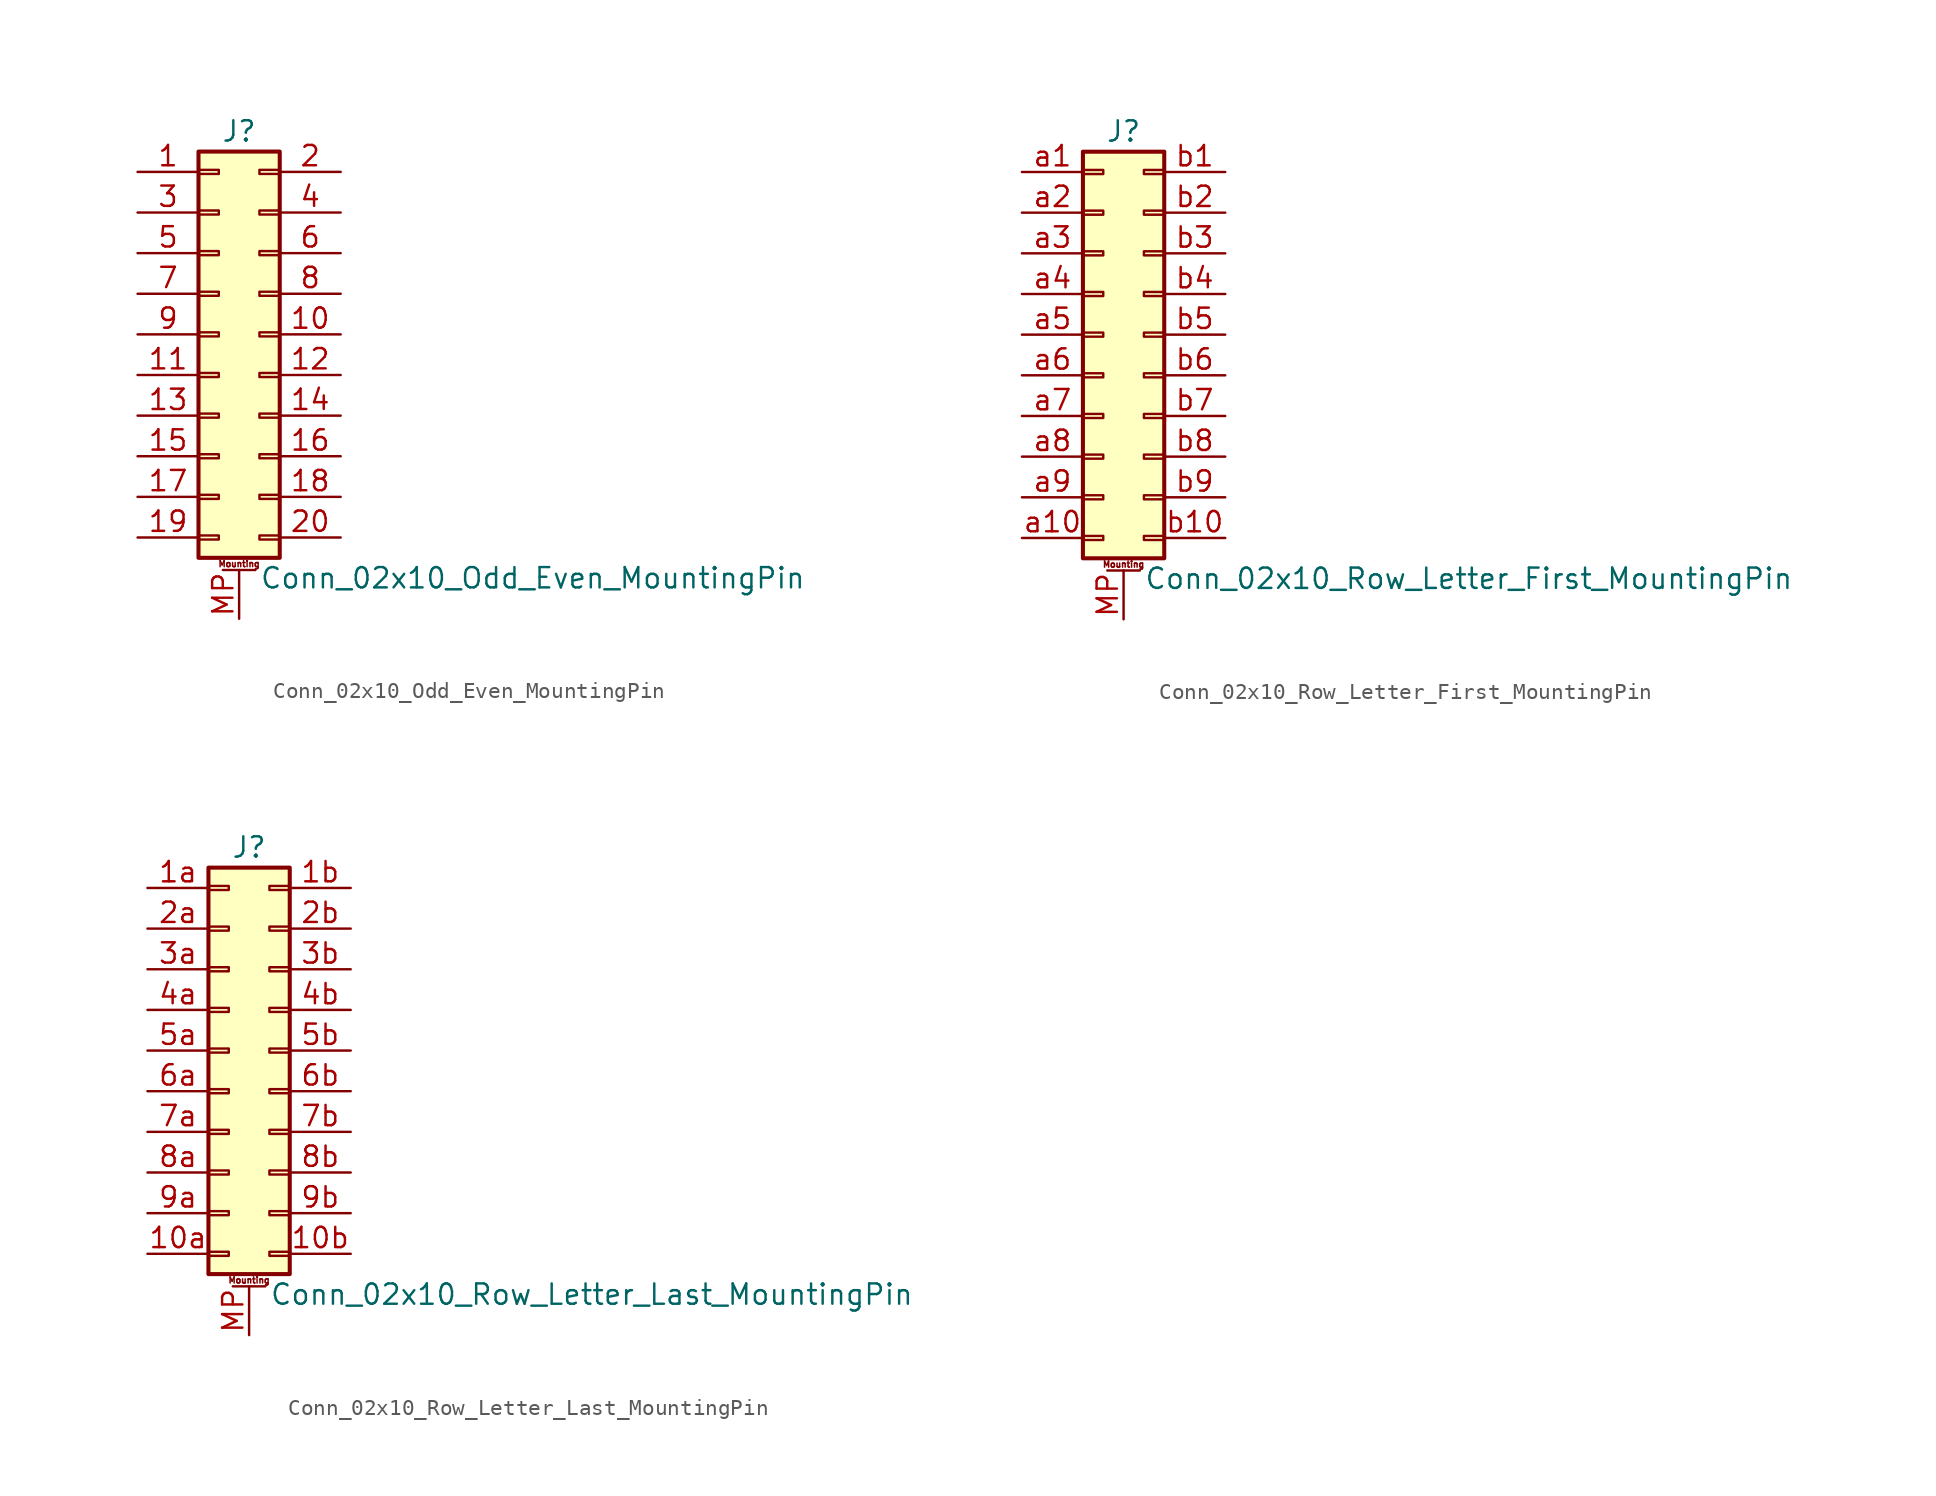
<source format=kicad_sym>
(kicad_symbol_lib
  (version 20201005)
  (generator kicad_symbol_editor)
  (symbol "Conn_02x10_Odd_Even_MountingPin"
    (pin_names
      (offset 1.016) hide)
    (property "Reference" "J"
      (at 1.27 12.7 0)
      (effects (font (size 1.27 1.27))))
    (property "Value" "Conn_02x10_Odd_Even_MountingPin"
      (at 2.54 -15.24 0)
      (effects (font (size 1.27 1.27)) (justify left)))
    (symbol "Conn_02x10_Odd_Even_MountingPin_1_1"
      (text "Mounting" (at 1.27 -14.351 0) (effects (font (size 0.381 0.381))))
      (rectangle (start -1.27 -12.573) (end 0 -12.827) (stroke (width 0.152)) (fill (type none)))
      (rectangle (start -1.27 -10.033) (end 0 -10.287) (stroke (width 0.152)) (fill (type none)))
      (rectangle (start -1.27 -7.493) (end 0 -7.747) (stroke (width 0.152)) (fill (type none)))
      (rectangle (start -1.27 -4.953) (end 0 -5.207) (stroke (width 0.152)) (fill (type none)))
      (rectangle (start -1.27 -2.413) (end 0 -2.667) (stroke (width 0.152)) (fill (type none)))
      (rectangle (start -1.27 0.127) (end 0 -0.127) (stroke (width 0.152)) (fill (type none)))
      (rectangle (start -1.27 2.667) (end 0 2.413) (stroke (width 0.152)) (fill (type none)))
      (rectangle (start -1.27 5.207) (end 0 4.953) (stroke (width 0.152)) (fill (type none)))
      (rectangle (start -1.27 7.747) (end 0 7.493) (stroke (width 0.152)) (fill (type none)))
      (rectangle (start -1.27 10.287) (end 0 10.033) (stroke (width 0.152)) (fill (type none)))
      (rectangle (start 3.81 -12.573) (end 2.54 -12.827) (stroke (width 0.152)) (fill (type none)))
      (rectangle (start 3.81 -10.033) (end 2.54 -10.287) (stroke (width 0.152)) (fill (type none)))
      (rectangle (start 3.81 -7.493) (end 2.54 -7.747) (stroke (width 0.152)) (fill (type none)))
      (rectangle (start 3.81 -4.953) (end 2.54 -5.207) (stroke (width 0.152)) (fill (type none)))
      (rectangle (start 3.81 -2.413) (end 2.54 -2.667) (stroke (width 0.152)) (fill (type none)))
      (rectangle (start 3.81 0.127) (end 2.54 -0.127) (stroke (width 0.152)) (fill (type none)))
      (rectangle (start 3.81 2.667) (end 2.54 2.413) (stroke (width 0.152)) (fill (type none)))
      (rectangle (start 3.81 5.207) (end 2.54 4.953) (stroke (width 0.152)) (fill (type none)))
      (rectangle (start 3.81 7.747) (end 2.54 7.493) (stroke (width 0.152)) (fill (type none)))
      (rectangle (start 3.81 10.287) (end 2.54 10.033) (stroke (width 0.152)) (fill (type none)))
      (rectangle (start -1.27 11.43) (end 3.81 -13.97) (stroke (width 0.254)) (fill (type background)))
      (polyline (pts (xy 0.254 -14.732) (xy 2.286 -14.732)) (stroke (width 0.152)) (fill (type none)))
      (pin passive line (at -5.08 10.16 0) (length 3.81) (name "Pin_1" (effects (font (size 1.27 1.27)))) (number "1" (effects (font (size 1.27 1.27)))))
      (pin passive line (at 7.62 0 180) (length 3.81) (name "Pin_10" (effects (font (size 1.27 1.27)))) (number "10" (effects (font (size 1.27 1.27)))))
      (pin passive line (at -5.08 -2.54 0) (length 3.81) (name "Pin_11" (effects (font (size 1.27 1.27)))) (number "11" (effects (font (size 1.27 1.27)))))
      (pin passive line (at 7.62 -2.54 180) (length 3.81) (name "Pin_12" (effects (font (size 1.27 1.27)))) (number "12" (effects (font (size 1.27 1.27)))))
      (pin passive line (at -5.08 -5.08 0) (length 3.81) (name "Pin_13" (effects (font (size 1.27 1.27)))) (number "13" (effects (font (size 1.27 1.27)))))
      (pin passive line (at 7.62 -5.08 180) (length 3.81) (name "Pin_14" (effects (font (size 1.27 1.27)))) (number "14" (effects (font (size 1.27 1.27)))))
      (pin passive line (at -5.08 -7.62 0) (length 3.81) (name "Pin_15" (effects (font (size 1.27 1.27)))) (number "15" (effects (font (size 1.27 1.27)))))
      (pin passive line (at 7.62 -7.62 180) (length 3.81) (name "Pin_16" (effects (font (size 1.27 1.27)))) (number "16" (effects (font (size 1.27 1.27)))))
      (pin passive line (at -5.08 -10.16 0) (length 3.81) (name "Pin_17" (effects (font (size 1.27 1.27)))) (number "17" (effects (font (size 1.27 1.27)))))
      (pin passive line (at 7.62 -10.16 180) (length 3.81) (name "Pin_18" (effects (font (size 1.27 1.27)))) (number "18" (effects (font (size 1.27 1.27)))))
      (pin passive line (at -5.08 -12.7 0) (length 3.81) (name "Pin_19" (effects (font (size 1.27 1.27)))) (number "19" (effects (font (size 1.27 1.27)))))
      (pin passive line (at 7.62 10.16 180) (length 3.81) (name "Pin_2" (effects (font (size 1.27 1.27)))) (number "2" (effects (font (size 1.27 1.27)))))
      (pin passive line (at 7.62 -12.7 180) (length 3.81) (name "Pin_20" (effects (font (size 1.27 1.27)))) (number "20" (effects (font (size 1.27 1.27)))))
      (pin passive line (at -5.08 7.62 0) (length 3.81) (name "Pin_3" (effects (font (size 1.27 1.27)))) (number "3" (effects (font (size 1.27 1.27)))))
      (pin passive line (at 7.62 7.62 180) (length 3.81) (name "Pin_4" (effects (font (size 1.27 1.27)))) (number "4" (effects (font (size 1.27 1.27)))))
      (pin passive line (at -5.08 5.08 0) (length 3.81) (name "Pin_5" (effects (font (size 1.27 1.27)))) (number "5" (effects (font (size 1.27 1.27)))))
      (pin passive line (at 7.62 5.08 180) (length 3.81) (name "Pin_6" (effects (font (size 1.27 1.27)))) (number "6" (effects (font (size 1.27 1.27)))))
      (pin passive line (at -5.08 2.54 0) (length 3.81) (name "Pin_7" (effects (font (size 1.27 1.27)))) (number "7" (effects (font (size 1.27 1.27)))))
      (pin passive line (at 7.62 2.54 180) (length 3.81) (name "Pin_8" (effects (font (size 1.27 1.27)))) (number "8" (effects (font (size 1.27 1.27)))))
      (pin passive line (at -5.08 0 0) (length 3.81) (name "Pin_9" (effects (font (size 1.27 1.27)))) (number "9" (effects (font (size 1.27 1.27)))))
      (pin passive line (at 1.27 -17.78 90) (length 3.048) (name "MountPin" (effects (font (size 1.27 1.27)))) (number "MP" (effects (font (size 1.27 1.27)))))))
  (symbol "Conn_02x10_Row_Letter_First_MountingPin"
    (pin_names
      (offset 1.016) hide)
    (property "Reference" "J"
      (at 1.27 12.7 0)
      (effects (font (size 1.27 1.27))))
    (property "Value" "Conn_02x10_Row_Letter_First_MountingPin"
      (at 2.54 -15.24 0)
      (effects (font (size 1.27 1.27)) (justify left)))
    (symbol "Conn_02x10_Row_Letter_First_MountingPin_1_1"
      (text "Mounting" (at 1.27 -14.351 0) (effects (font (size 0.381 0.381))))
      (rectangle (start -1.27 -12.573) (end 0 -12.827) (stroke (width 0.152)) (fill (type none)))
      (rectangle (start -1.27 -10.033) (end 0 -10.287) (stroke (width 0.152)) (fill (type none)))
      (rectangle (start -1.27 -7.493) (end 0 -7.747) (stroke (width 0.152)) (fill (type none)))
      (rectangle (start -1.27 -4.953) (end 0 -5.207) (stroke (width 0.152)) (fill (type none)))
      (rectangle (start -1.27 -2.413) (end 0 -2.667) (stroke (width 0.152)) (fill (type none)))
      (rectangle (start -1.27 0.127) (end 0 -0.127) (stroke (width 0.152)) (fill (type none)))
      (rectangle (start -1.27 2.667) (end 0 2.413) (stroke (width 0.152)) (fill (type none)))
      (rectangle (start -1.27 5.207) (end 0 4.953) (stroke (width 0.152)) (fill (type none)))
      (rectangle (start -1.27 7.747) (end 0 7.493) (stroke (width 0.152)) (fill (type none)))
      (rectangle (start -1.27 10.287) (end 0 10.033) (stroke (width 0.152)) (fill (type none)))
      (rectangle (start 3.81 -12.573) (end 2.54 -12.827) (stroke (width 0.152)) (fill (type none)))
      (rectangle (start 3.81 -10.033) (end 2.54 -10.287) (stroke (width 0.152)) (fill (type none)))
      (rectangle (start 3.81 -7.493) (end 2.54 -7.747) (stroke (width 0.152)) (fill (type none)))
      (rectangle (start 3.81 -4.953) (end 2.54 -5.207) (stroke (width 0.152)) (fill (type none)))
      (rectangle (start 3.81 -2.413) (end 2.54 -2.667) (stroke (width 0.152)) (fill (type none)))
      (rectangle (start 3.81 0.127) (end 2.54 -0.127) (stroke (width 0.152)) (fill (type none)))
      (rectangle (start 3.81 2.667) (end 2.54 2.413) (stroke (width 0.152)) (fill (type none)))
      (rectangle (start 3.81 5.207) (end 2.54 4.953) (stroke (width 0.152)) (fill (type none)))
      (rectangle (start 3.81 7.747) (end 2.54 7.493) (stroke (width 0.152)) (fill (type none)))
      (rectangle (start 3.81 10.287) (end 2.54 10.033) (stroke (width 0.152)) (fill (type none)))
      (rectangle (start -1.27 11.43) (end 3.81 -13.97) (stroke (width 0.254)) (fill (type background)))
      (polyline (pts (xy 0.254 -14.732) (xy 2.286 -14.732)) (stroke (width 0.152)) (fill (type none)))
      (pin passive line (at 1.27 -17.78 90) (length 3.048) (name "MountPin" (effects (font (size 1.27 1.27)))) (number "MP" (effects (font (size 1.27 1.27)))))
      (pin passive line (at -5.08 10.16 0) (length 3.81) (name "Pin_a1" (effects (font (size 1.27 1.27)))) (number "a1" (effects (font (size 1.27 1.27)))))
      (pin passive line (at -5.08 -12.7 0) (length 3.81) (name "Pin_a10" (effects (font (size 1.27 1.27)))) (number "a10" (effects (font (size 1.27 1.27)))))
      (pin passive line (at -5.08 7.62 0) (length 3.81) (name "Pin_a2" (effects (font (size 1.27 1.27)))) (number "a2" (effects (font (size 1.27 1.27)))))
      (pin passive line (at -5.08 5.08 0) (length 3.81) (name "Pin_a3" (effects (font (size 1.27 1.27)))) (number "a3" (effects (font (size 1.27 1.27)))))
      (pin passive line (at -5.08 2.54 0) (length 3.81) (name "Pin_a4" (effects (font (size 1.27 1.27)))) (number "a4" (effects (font (size 1.27 1.27)))))
      (pin passive line (at -5.08 0 0) (length 3.81) (name "Pin_a5" (effects (font (size 1.27 1.27)))) (number "a5" (effects (font (size 1.27 1.27)))))
      (pin passive line (at -5.08 -2.54 0) (length 3.81) (name "Pin_a6" (effects (font (size 1.27 1.27)))) (number "a6" (effects (font (size 1.27 1.27)))))
      (pin passive line (at -5.08 -5.08 0) (length 3.81) (name "Pin_a7" (effects (font (size 1.27 1.27)))) (number "a7" (effects (font (size 1.27 1.27)))))
      (pin passive line (at -5.08 -7.62 0) (length 3.81) (name "Pin_a8" (effects (font (size 1.27 1.27)))) (number "a8" (effects (font (size 1.27 1.27)))))
      (pin passive line (at -5.08 -10.16 0) (length 3.81) (name "Pin_a9" (effects (font (size 1.27 1.27)))) (number "a9" (effects (font (size 1.27 1.27)))))
      (pin passive line (at 7.62 10.16 180) (length 3.81) (name "Pin_b1" (effects (font (size 1.27 1.27)))) (number "b1" (effects (font (size 1.27 1.27)))))
      (pin passive line (at 7.62 -12.7 180) (length 3.81) (name "Pin_b10" (effects (font (size 1.27 1.27)))) (number "b10" (effects (font (size 1.27 1.27)))))
      (pin passive line (at 7.62 7.62 180) (length 3.81) (name "Pin_b2" (effects (font (size 1.27 1.27)))) (number "b2" (effects (font (size 1.27 1.27)))))
      (pin passive line (at 7.62 5.08 180) (length 3.81) (name "Pin_b3" (effects (font (size 1.27 1.27)))) (number "b3" (effects (font (size 1.27 1.27)))))
      (pin passive line (at 7.62 2.54 180) (length 3.81) (name "Pin_b4" (effects (font (size 1.27 1.27)))) (number "b4" (effects (font (size 1.27 1.27)))))
      (pin passive line (at 7.62 0 180) (length 3.81) (name "Pin_b5" (effects (font (size 1.27 1.27)))) (number "b5" (effects (font (size 1.27 1.27)))))
      (pin passive line (at 7.62 -2.54 180) (length 3.81) (name "Pin_b6" (effects (font (size 1.27 1.27)))) (number "b6" (effects (font (size 1.27 1.27)))))
      (pin passive line (at 7.62 -5.08 180) (length 3.81) (name "Pin_b7" (effects (font (size 1.27 1.27)))) (number "b7" (effects (font (size 1.27 1.27)))))
      (pin passive line (at 7.62 -7.62 180) (length 3.81) (name "Pin_b8" (effects (font (size 1.27 1.27)))) (number "b8" (effects (font (size 1.27 1.27)))))
      (pin passive line (at 7.62 -10.16 180) (length 3.81) (name "Pin_b9" (effects (font (size 1.27 1.27)))) (number "b9" (effects (font (size 1.27 1.27)))))))
  (symbol "Conn_02x10_Row_Letter_Last_MountingPin"
    (pin_names
      (offset 1.016) hide)
    (property "Reference" "J"
      (at 1.27 12.7 0)
      (effects (font (size 1.27 1.27))))
    (property "Value" "Conn_02x10_Row_Letter_Last_MountingPin"
      (at 2.54 -15.24 0)
      (effects (font (size 1.27 1.27)) (justify left)))
    (symbol "Conn_02x10_Row_Letter_Last_MountingPin_1_1"
      (text "Mounting" (at 1.27 -14.351 0) (effects (font (size 0.381 0.381))))
      (rectangle (start -1.27 -12.573) (end 0 -12.827) (stroke (width 0.152)) (fill (type none)))
      (rectangle (start -1.27 -10.033) (end 0 -10.287) (stroke (width 0.152)) (fill (type none)))
      (rectangle (start -1.27 -7.493) (end 0 -7.747) (stroke (width 0.152)) (fill (type none)))
      (rectangle (start -1.27 -4.953) (end 0 -5.207) (stroke (width 0.152)) (fill (type none)))
      (rectangle (start -1.27 -2.413) (end 0 -2.667) (stroke (width 0.152)) (fill (type none)))
      (rectangle (start -1.27 0.127) (end 0 -0.127) (stroke (width 0.152)) (fill (type none)))
      (rectangle (start -1.27 2.667) (end 0 2.413) (stroke (width 0.152)) (fill (type none)))
      (rectangle (start -1.27 5.207) (end 0 4.953) (stroke (width 0.152)) (fill (type none)))
      (rectangle (start -1.27 7.747) (end 0 7.493) (stroke (width 0.152)) (fill (type none)))
      (rectangle (start -1.27 10.287) (end 0 10.033) (stroke (width 0.152)) (fill (type none)))
      (rectangle (start 3.81 -12.573) (end 2.54 -12.827) (stroke (width 0.152)) (fill (type none)))
      (rectangle (start 3.81 -10.033) (end 2.54 -10.287) (stroke (width 0.152)) (fill (type none)))
      (rectangle (start 3.81 -7.493) (end 2.54 -7.747) (stroke (width 0.152)) (fill (type none)))
      (rectangle (start 3.81 -4.953) (end 2.54 -5.207) (stroke (width 0.152)) (fill (type none)))
      (rectangle (start 3.81 -2.413) (end 2.54 -2.667) (stroke (width 0.152)) (fill (type none)))
      (rectangle (start 3.81 0.127) (end 2.54 -0.127) (stroke (width 0.152)) (fill (type none)))
      (rectangle (start 3.81 2.667) (end 2.54 2.413) (stroke (width 0.152)) (fill (type none)))
      (rectangle (start 3.81 5.207) (end 2.54 4.953) (stroke (width 0.152)) (fill (type none)))
      (rectangle (start 3.81 7.747) (end 2.54 7.493) (stroke (width 0.152)) (fill (type none)))
      (rectangle (start 3.81 10.287) (end 2.54 10.033) (stroke (width 0.152)) (fill (type none)))
      (rectangle (start -1.27 11.43) (end 3.81 -13.97) (stroke (width 0.254)) (fill (type background)))
      (polyline (pts (xy 0.254 -14.732) (xy 2.286 -14.732)) (stroke (width 0.152)) (fill (type none)))
      (pin passive line (at -5.08 -12.7 0) (length 3.81) (name "Pin_10a" (effects (font (size 1.27 1.27)))) (number "10a" (effects (font (size 1.27 1.27)))))
      (pin passive line (at 7.62 -12.7 180) (length 3.81) (name "Pin_10b" (effects (font (size 1.27 1.27)))) (number "10b" (effects (font (size 1.27 1.27)))))
      (pin passive line (at -5.08 10.16 0) (length 3.81) (name "Pin_1a" (effects (font (size 1.27 1.27)))) (number "1a" (effects (font (size 1.27 1.27)))))
      (pin passive line (at 7.62 10.16 180) (length 3.81) (name "Pin_1b" (effects (font (size 1.27 1.27)))) (number "1b" (effects (font (size 1.27 1.27)))))
      (pin passive line (at -5.08 7.62 0) (length 3.81) (name "Pin_2a" (effects (font (size 1.27 1.27)))) (number "2a" (effects (font (size 1.27 1.27)))))
      (pin passive line (at 7.62 7.62 180) (length 3.81) (name "Pin_2b" (effects (font (size 1.27 1.27)))) (number "2b" (effects (font (size 1.27 1.27)))))
      (pin passive line (at -5.08 5.08 0) (length 3.81) (name "Pin_3a" (effects (font (size 1.27 1.27)))) (number "3a" (effects (font (size 1.27 1.27)))))
      (pin passive line (at 7.62 5.08 180) (length 3.81) (name "Pin_3b" (effects (font (size 1.27 1.27)))) (number "3b" (effects (font (size 1.27 1.27)))))
      (pin passive line (at -5.08 2.54 0) (length 3.81) (name "Pin_4a" (effects (font (size 1.27 1.27)))) (number "4a" (effects (font (size 1.27 1.27)))))
      (pin passive line (at 7.62 2.54 180) (length 3.81) (name "Pin_4b" (effects (font (size 1.27 1.27)))) (number "4b" (effects (font (size 1.27 1.27)))))
      (pin passive line (at -5.08 0 0) (length 3.81) (name "Pin_5a" (effects (font (size 1.27 1.27)))) (number "5a" (effects (font (size 1.27 1.27)))))
      (pin passive line (at 7.62 0 180) (length 3.81) (name "Pin_5b" (effects (font (size 1.27 1.27)))) (number "5b" (effects (font (size 1.27 1.27)))))
      (pin passive line (at -5.08 -2.54 0) (length 3.81) (name "Pin_6a" (effects (font (size 1.27 1.27)))) (number "6a" (effects (font (size 1.27 1.27)))))
      (pin passive line (at 7.62 -2.54 180) (length 3.81) (name "Pin_6b" (effects (font (size 1.27 1.27)))) (number "6b" (effects (font (size 1.27 1.27)))))
      (pin passive line (at -5.08 -5.08 0) (length 3.81) (name "Pin_7a" (effects (font (size 1.27 1.27)))) (number "7a" (effects (font (size 1.27 1.27)))))
      (pin passive line (at 7.62 -5.08 180) (length 3.81) (name "Pin_7b" (effects (font (size 1.27 1.27)))) (number "7b" (effects (font (size 1.27 1.27)))))
      (pin passive line (at -5.08 -7.62 0) (length 3.81) (name "Pin_8a" (effects (font (size 1.27 1.27)))) (number "8a" (effects (font (size 1.27 1.27)))))
      (pin passive line (at 7.62 -7.62 180) (length 3.81) (name "Pin_8b" (effects (font (size 1.27 1.27)))) (number "8b" (effects (font (size 1.27 1.27)))))
      (pin passive line (at -5.08 -10.16 0) (length 3.81) (name "Pin_9a" (effects (font (size 1.27 1.27)))) (number "9a" (effects (font (size 1.27 1.27)))))
      (pin passive line (at 7.62 -10.16 180) (length 3.81) (name "Pin_9b" (effects (font (size 1.27 1.27)))) (number "9b" (effects (font (size 1.27 1.27)))))
      (pin passive line (at 1.27 -17.78 90) (length 3.048) (name "MountPin" (effects (font (size 1.27 1.27)))) (number "MP" (effects (font (size 1.27 1.27))))))))
</source>
